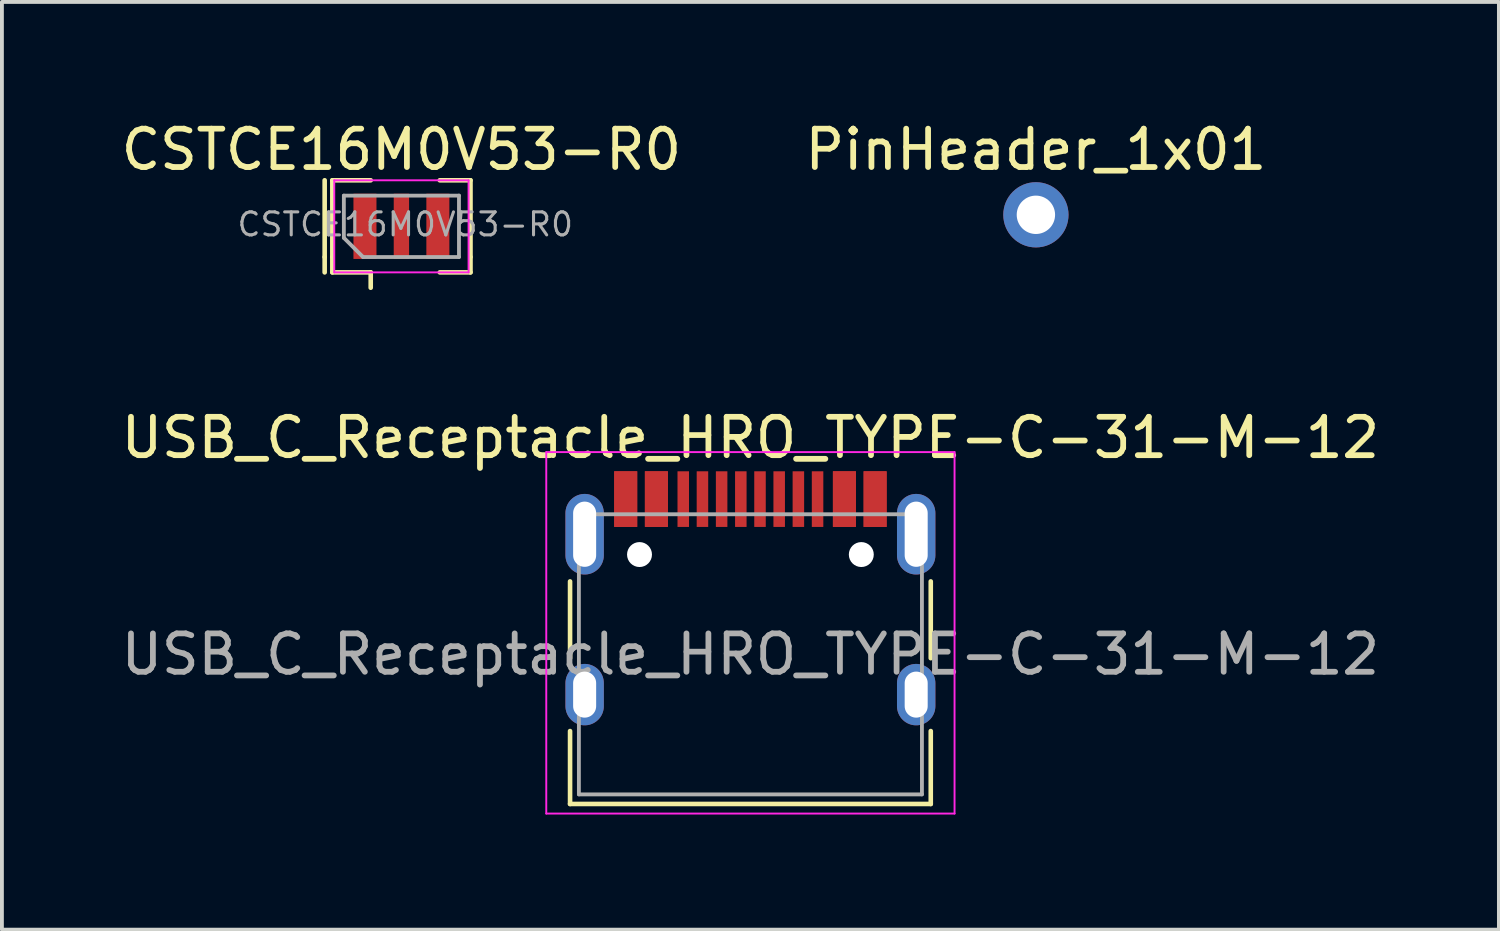
<source format=kicad_pcb>
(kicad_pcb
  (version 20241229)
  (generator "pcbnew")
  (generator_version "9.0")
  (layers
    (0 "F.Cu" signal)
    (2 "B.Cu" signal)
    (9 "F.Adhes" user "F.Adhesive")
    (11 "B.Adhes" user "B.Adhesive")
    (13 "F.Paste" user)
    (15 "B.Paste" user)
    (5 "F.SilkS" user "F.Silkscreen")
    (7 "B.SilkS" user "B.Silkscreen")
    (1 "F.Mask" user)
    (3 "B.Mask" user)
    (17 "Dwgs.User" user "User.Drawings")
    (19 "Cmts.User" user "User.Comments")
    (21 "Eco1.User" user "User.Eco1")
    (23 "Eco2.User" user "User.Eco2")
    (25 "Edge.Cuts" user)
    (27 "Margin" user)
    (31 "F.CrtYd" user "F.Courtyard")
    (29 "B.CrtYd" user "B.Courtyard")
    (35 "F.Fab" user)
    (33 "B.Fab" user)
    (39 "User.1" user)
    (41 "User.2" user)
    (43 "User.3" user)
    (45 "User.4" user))
  (footprint "CSTCE16M0V53-R0"
    (layer "F.Cu")
    (at 7.411 2.848)
    (property "Reference" "CSTCE16M0V53-R0" (at 0 -2 0) (layer "F.SilkS") (effects (font (size 1 1) (thickness 0.15))))
    (attr smd)
    (fp_line (start -2 -1.2) (end -2 0.8) (stroke (width 0.12) (type solid)) (layer "F.SilkS"))
    (fp_line (start -2 0.8) (end -2 1.2) (stroke (width 0.12) (type solid)) (layer "F.SilkS"))
    (fp_line (start -1.8 -1.2) (end -0.8 -1.2) (stroke (width 0.12) (type solid)) (layer "F.SilkS"))
    (fp_line (start -1.8 0.8) (end -1.8 -1.2) (stroke (width 0.12) (type solid)) (layer "F.SilkS"))
    (fp_line (start -1.8 0.8) (end -1.8 1.2) (stroke (width 0.12) (type solid)) (layer "F.SilkS"))
    (fp_line (start -0.8 1.2) (end -1.8 1.2) (stroke (width 0.12) (type solid)) (layer "F.SilkS"))
    (fp_line (start -0.8 1.2) (end -0.8 1.6) (stroke (width 0.12) (type solid)) (layer "F.SilkS"))
    (fp_line (start 1 -1.2) (end 1.8 -1.2) (stroke (width 0.12) (type solid)) (layer "F.SilkS"))
    (fp_line (start 1.8 -1.2) (end 1.8 0.8) (stroke (width 0.12) (type solid)) (layer "F.SilkS"))
    (fp_line (start 1.8 0.8) (end 1.8 1.2) (stroke (width 0.12) (type solid)) (layer "F.SilkS"))
    (fp_line (start 1.8 1.2) (end 1 1.2) (stroke (width 0.12) (type solid)) (layer "F.SilkS"))
    (fp_line (start -1.75 -1.2) (end 1.75 -1.2) (stroke (width 0.05) (type solid)) (layer "F.CrtYd"))
    (fp_line (start -1.75 1.2) (end -1.75 -1.2) (stroke (width 0.05) (type solid)) (layer "F.CrtYd"))
    (fp_line (start 1.75 -1.2) (end 1.75 1.2) (stroke (width 0.05) (type solid)) (layer "F.CrtYd"))
    (fp_line (start 1.75 1.2) (end -1.75 1.2) (stroke (width 0.05) (type solid)) (layer "F.CrtYd"))
    (fp_line (start -1.5 0.3) (end -1.5 -0.8) (stroke (width 0.1) (type solid)) (layer "F.Fab"))
    (fp_line (start -1 0.8) (end -1.5 0.3) (stroke (width 0.1) (type solid)) (layer "F.Fab"))
    (fp_line (start -1 0.8) (end 1.5 0.8) (stroke (width 0.1) (type solid)) (layer "F.Fab"))
    (fp_line (start 1.5 -0.8) (end -1.5 -0.8) (stroke (width 0.1) (type solid)) (layer "F.Fab"))
    (fp_line (start 1.5 0.8) (end 1.5 -0.8) (stroke (width 0.1) (type solid)) (layer "F.Fab"))
    (fp_text user "${REFERENCE}" (at 0.1 -0.05 0) (layer "F.Fab") (effects (font (size 0.6 0.6) (thickness 0.08))))
    (pad "1" smd rect (at -0.95 0) (size 0.6 1.7) (layers "F.Cu" "F.Mask" "F.Paste"))
    (pad "2" smd rect (at 0 0) (size 0.4 1.7) (layers "F.Cu" "F.Mask" "F.Paste"))
    (pad "3" smd rect (at 0.95 0) (size 0.6 1.7) (layers "F.Cu" "F.Mask" "F.Paste")))
  (footprint "USB_C_Receptacle_HRO_TYPE-C-31-M-12"
    (layer "F.Cu")
    (at 16.506 14.002)
    (property "Reference" "USB_C_Receptacle_HRO_TYPE-C-31-M-12" (at 0 -5.645 0) (layer "F.SilkS") (effects (font (size 1 1) (thickness 0.15))))
    (attr smd)
    (fp_line (start -4.7 -1.9) (end -4.7 0.1) (stroke (width 0.12) (type solid)) (layer "F.SilkS"))
    (fp_line (start -4.7 2) (end -4.7 3.9) (stroke (width 0.12) (type solid)) (layer "F.SilkS"))
    (fp_line (start -4.7 3.9) (end 4.7 3.9) (stroke (width 0.12) (type solid)) (layer "F.SilkS"))
    (fp_line (start 4.7 -1.9) (end 4.7 0.1) (stroke (width 0.12) (type solid)) (layer "F.SilkS"))
    (fp_line (start 4.7 2) (end 4.7 3.9) (stroke (width 0.12) (type solid)) (layer "F.SilkS"))
    (fp_line (start -5.32 -5.27) (end -5.32 4.15) (stroke (width 0.05) (type solid)) (layer "F.CrtYd"))
    (fp_line (start -5.32 -5.27) (end 5.32 -5.27) (stroke (width 0.05) (type solid)) (layer "F.CrtYd"))
    (fp_line (start -5.32 4.15) (end 5.32 4.15) (stroke (width 0.05) (type solid)) (layer "F.CrtYd"))
    (fp_line (start 5.32 -5.27) (end 5.32 4.15) (stroke (width 0.05) (type solid)) (layer "F.CrtYd"))
    (fp_line (start -4.47 -3.65) (end -4.47 3.65) (stroke (width 0.1) (type solid)) (layer "F.Fab"))
    (fp_line (start -4.47 -3.65) (end 4.47 -3.65) (stroke (width 0.1) (type solid)) (layer "F.Fab"))
    (fp_line (start -4.47 3.65) (end 4.47 3.65) (stroke (width 0.1) (type solid)) (layer "F.Fab"))
    (fp_line (start 4.47 -3.65) (end 4.47 3.65) (stroke (width 0.1) (type solid)) (layer "F.Fab"))
    (fp_text user "${REFERENCE}" (at 0 0 0) (layer "F.Fab") (effects (font (size 1 1) (thickness 0.15))))
    (pad "" np_thru_hole circle (at -2.89 -2.6) (size 0.65 0.65) (drill 0.65) (layers "*.Cu" "*.Mask"))
    (pad "" np_thru_hole circle (at 2.89 -2.6) (size 0.65 0.65) (drill 0.65) (layers "*.Cu" "*.Mask"))
    (pad "A1" smd rect (at -3.25 -4.045) (size 0.6 1.45) (layers "F.Cu" "F.Mask" "F.Paste"))
    (pad "A4" smd rect (at -2.45 -4.045) (size 0.6 1.45) (layers "F.Cu" "F.Mask" "F.Paste"))
    (pad "A5" smd rect (at -1.25 -4.045) (size 0.3 1.45) (layers "F.Cu" "F.Mask" "F.Paste"))
    (pad "A6" smd rect (at -0.25 -4.045) (size 0.3 1.45) (layers "F.Cu" "F.Mask" "F.Paste"))
    (pad "A7" smd rect (at 0.25 -4.045) (size 0.3 1.45) (layers "F.Cu" "F.Mask" "F.Paste"))
    (pad "A8" smd rect (at 1.25 -4.045) (size 0.3 1.45) (layers "F.Cu" "F.Mask" "F.Paste"))
    (pad "A9" smd rect (at 2.45 -4.045) (size 0.6 1.45) (layers "F.Cu" "F.Mask" "F.Paste"))
    (pad "A12" smd rect (at 3.25 -4.045) (size 0.6 1.45) (layers "F.Cu" "F.Mask" "F.Paste"))
    (pad "B1" smd rect (at 3.25 -4.045) (size 0.6 1.45) (layers "F.Cu" "F.Mask" "F.Paste"))
    (pad "B4" smd rect (at 2.45 -4.045) (size 0.6 1.45) (layers "F.Cu" "F.Mask" "F.Paste"))
    (pad "B5" smd rect (at 1.75 -4.045) (size 0.3 1.45) (layers "F.Cu" "F.Mask" "F.Paste"))
    (pad "B6" smd rect (at 0.75 -4.045) (size 0.3 1.45) (layers "F.Cu" "F.Mask" "F.Paste"))
    (pad "B7" smd rect (at -0.75 -4.045) (size 0.3 1.45) (layers "F.Cu" "F.Mask" "F.Paste"))
    (pad "B8" smd rect (at -1.75 -4.045) (size 0.3 1.45) (layers "F.Cu" "F.Mask" "F.Paste"))
    (pad "B9" smd rect (at -2.45 -4.045) (size 0.6 1.45) (layers "F.Cu" "F.Mask" "F.Paste"))
    (pad "B12" smd rect (at -3.25 -4.045) (size 0.6 1.45) (layers "F.Cu" "F.Mask" "F.Paste"))
    (pad "S1" thru_hole oval (at -4.32 -3.13) (size 1 2.1) (drill oval 0.6 1.7) (layers "*.Cu" "*.Mask"))
    (pad "S1" thru_hole oval (at -4.32 1.05) (size 1 1.6) (drill oval 0.6 1.2) (layers "*.Cu" "*.Mask"))
    (pad "S1" thru_hole oval (at 4.32 -3.13) (size 1 2.1) (drill oval 0.6 1.7) (layers "*.Cu" "*.Mask"))
    (pad "S1" thru_hole oval (at 4.32 1.05) (size 1 1.6) (drill oval 0.6 1.2) (layers "*.Cu" "*.Mask")))
  (footprint "PinHeader_1x01"
    (layer "F.Cu")
    (at 23.946 2.548)
    (property "Reference" "PinHeader_1x01" (at 0 -1.7 0) (layer "F.SilkS") (effects (font (size 1 1) (thickness 0.15))))
    (attr through_hole)
    (pad "1" thru_hole circle (at 0 0) (size 1.7 1.7) (drill 1) (layers "*.Cu" "*.Mask")))
  (gr_rect
    (start -3 -3)
    (end 36.012 21.177)
    (stroke (width 0.1) (type default))
    (fill no)
    (layer "Edge.Cuts")))
</source>
